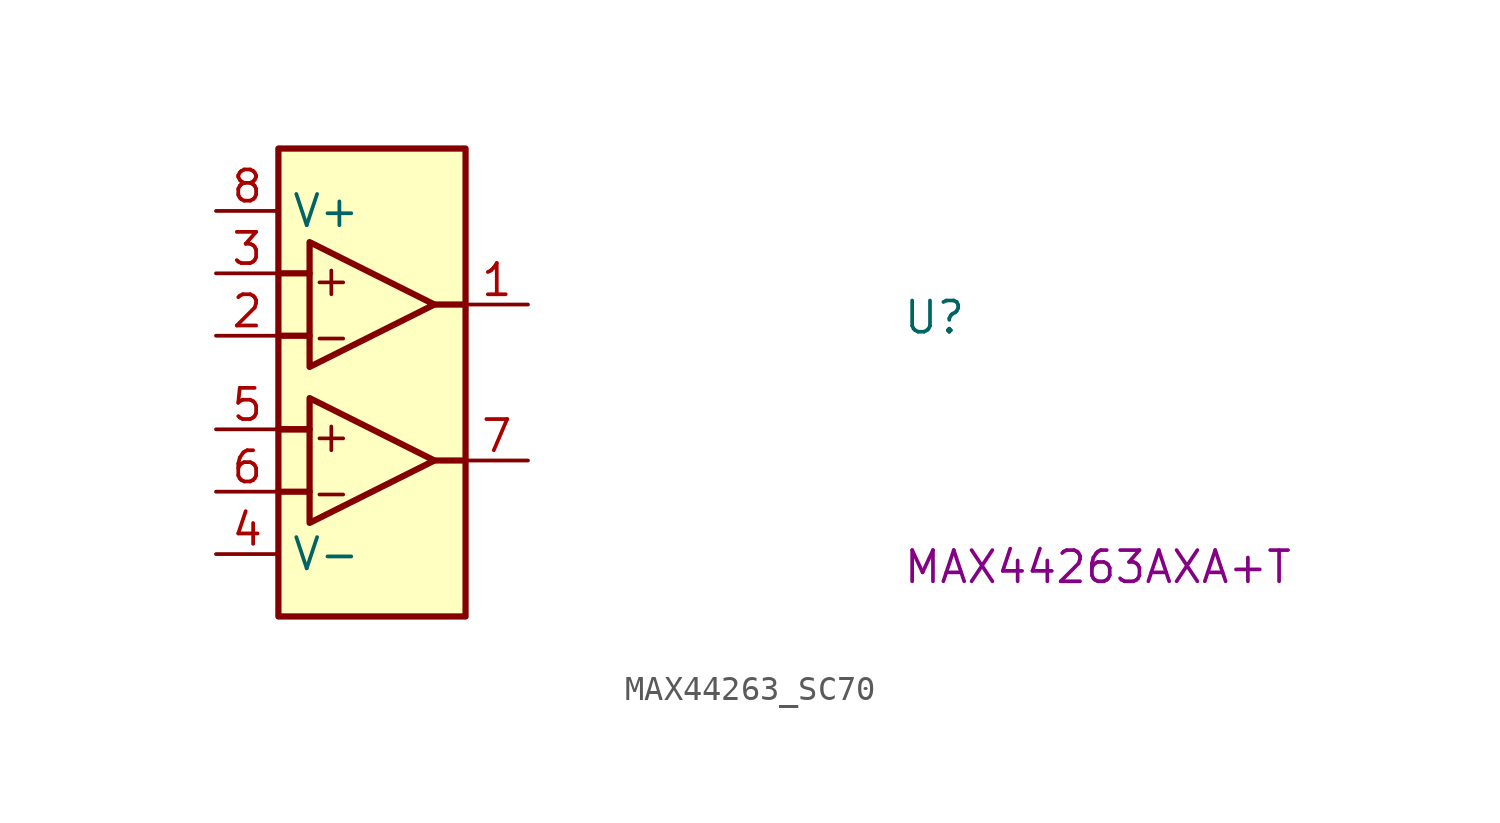
<source format=kicad_sym>
(kicad_symbol_lib
  (version 20220914)
  (generator kicad_symbol_editor)
  (symbol "MAX44263_SC70"
    (property "Reference" "U"
      (at 27.94 -5.08 0)
      (effects (font (size 1.27 1.27) (thickness 0.15)) (justify left bottom)))
    (property "MPN" "MAX44263AXA+T"
      (at 27.94 -15.24 0)
      (effects (font (size 1.27 1.27) (thickness 0.15)) (justify left bottom)))
    (symbol "MAX44263_SC70_1_1"
      (polyline (pts (xy 2.54 -11.43) (xy 3.81 -11.43)) (stroke (width 0.254) (type default)) (fill (type background)))
      (polyline (pts (xy 2.54 -8.89) (xy 3.683 -8.89)) (stroke (width 0.254) (type default)) (fill (type background)))
      (polyline (pts (xy 2.54 -8.89) (xy 3.81 -8.89)) (stroke (width 0.254) (type default)) (fill (type background)))
      (polyline (pts (xy 2.54 -5.08) (xy 3.81 -5.08)) (stroke (width 0.254) (type default)) (fill (type background)))
      (polyline (pts (xy 2.54 -2.54) (xy 3.81 -2.54)) (stroke (width 0.254) (type default)) (fill (type background)))
      (polyline (pts (xy 8.89 -10.16) (xy 10.16 -10.16)) (stroke (width 0.254) (type default)) (fill (type background)))
      (polyline (pts (xy 8.89 -3.81) (xy 10.16 -3.81)) (stroke (width 0.254) (type default)) (fill (type background)))
      (polyline (pts (xy 3.81 -7.62) (xy 8.89 -10.16) (xy 3.81 -12.7) (xy 3.81 -7.62)) (stroke (width 0.254) (type default)) (fill (type background)))
      (polyline (pts (xy 3.81 -1.27) (xy 8.89 -3.81) (xy 3.81 -6.35) (xy 3.81 -1.27)) (stroke (width 0.254) (type default)) (fill (type background)))
      (rectangle (start 2.54 2.54) (end 10.16 -16.51) (stroke (width 0.254) (type default)) (fill (type background)))
      (text "+" (at 3.81 -9.906 0) (effects (font (size 1.27 1.27) (thickness 0.15)) (justify left bottom)))
      (text "+" (at 3.81 -3.556 0) (effects (font (size 1.27 1.27) (thickness 0.15)) (justify left bottom)))
      (text "-" (at 3.81 -12.192 0) (effects (font (size 1.27 1.27) (thickness 0.15)) (justify left bottom)))
      (text "-" (at 3.81 -5.842 0) (effects (font (size 1.27 1.27) (thickness 0.15)) (justify left bottom)))
      (pin output line (at 12.7 -3.81 180) (length 2.54) (name "" (effects (font (size 1.27 1.27)))) (number "1" (effects (font (size 1.27 1.27)))))
      (pin input line (at 0 -5.08 0) (length 2.54) (name "" (effects (font (size 1.27 1.27)))) (number "2" (effects (font (size 1.27 1.27)))))
      (pin input line (at 0 -2.54 0) (length 2.54) (name "" (effects (font (size 1.27 1.27)))) (number "3" (effects (font (size 1.27 1.27)))))
      (pin power_in line (at 0 -13.97 0) (length 2.54) (name "V-" (effects (font (size 1.27 1.27)))) (number "4" (effects (font (size 1.27 1.27)))))
      (pin input line (at 0 -8.89 0) (length 2.54) (name "" (effects (font (size 1.27 1.27)))) (number "5" (effects (font (size 1.27 1.27)))))
      (pin input line (at 0 -11.43 0) (length 2.54) (name "" (effects (font (size 1.27 1.27)))) (number "6" (effects (font (size 1.27 1.27)))))
      (pin output line (at 12.7 -10.16 180) (length 2.54) (name "" (effects (font (size 1.27 1.27)))) (number "7" (effects (font (size 1.27 1.27)))))
      (pin power_in line (at 0 0 0) (length 2.54) (name "V+" (effects (font (size 1.27 1.27)))) (number "8" (effects (font (size 1.27 1.27))))))))
</source>
